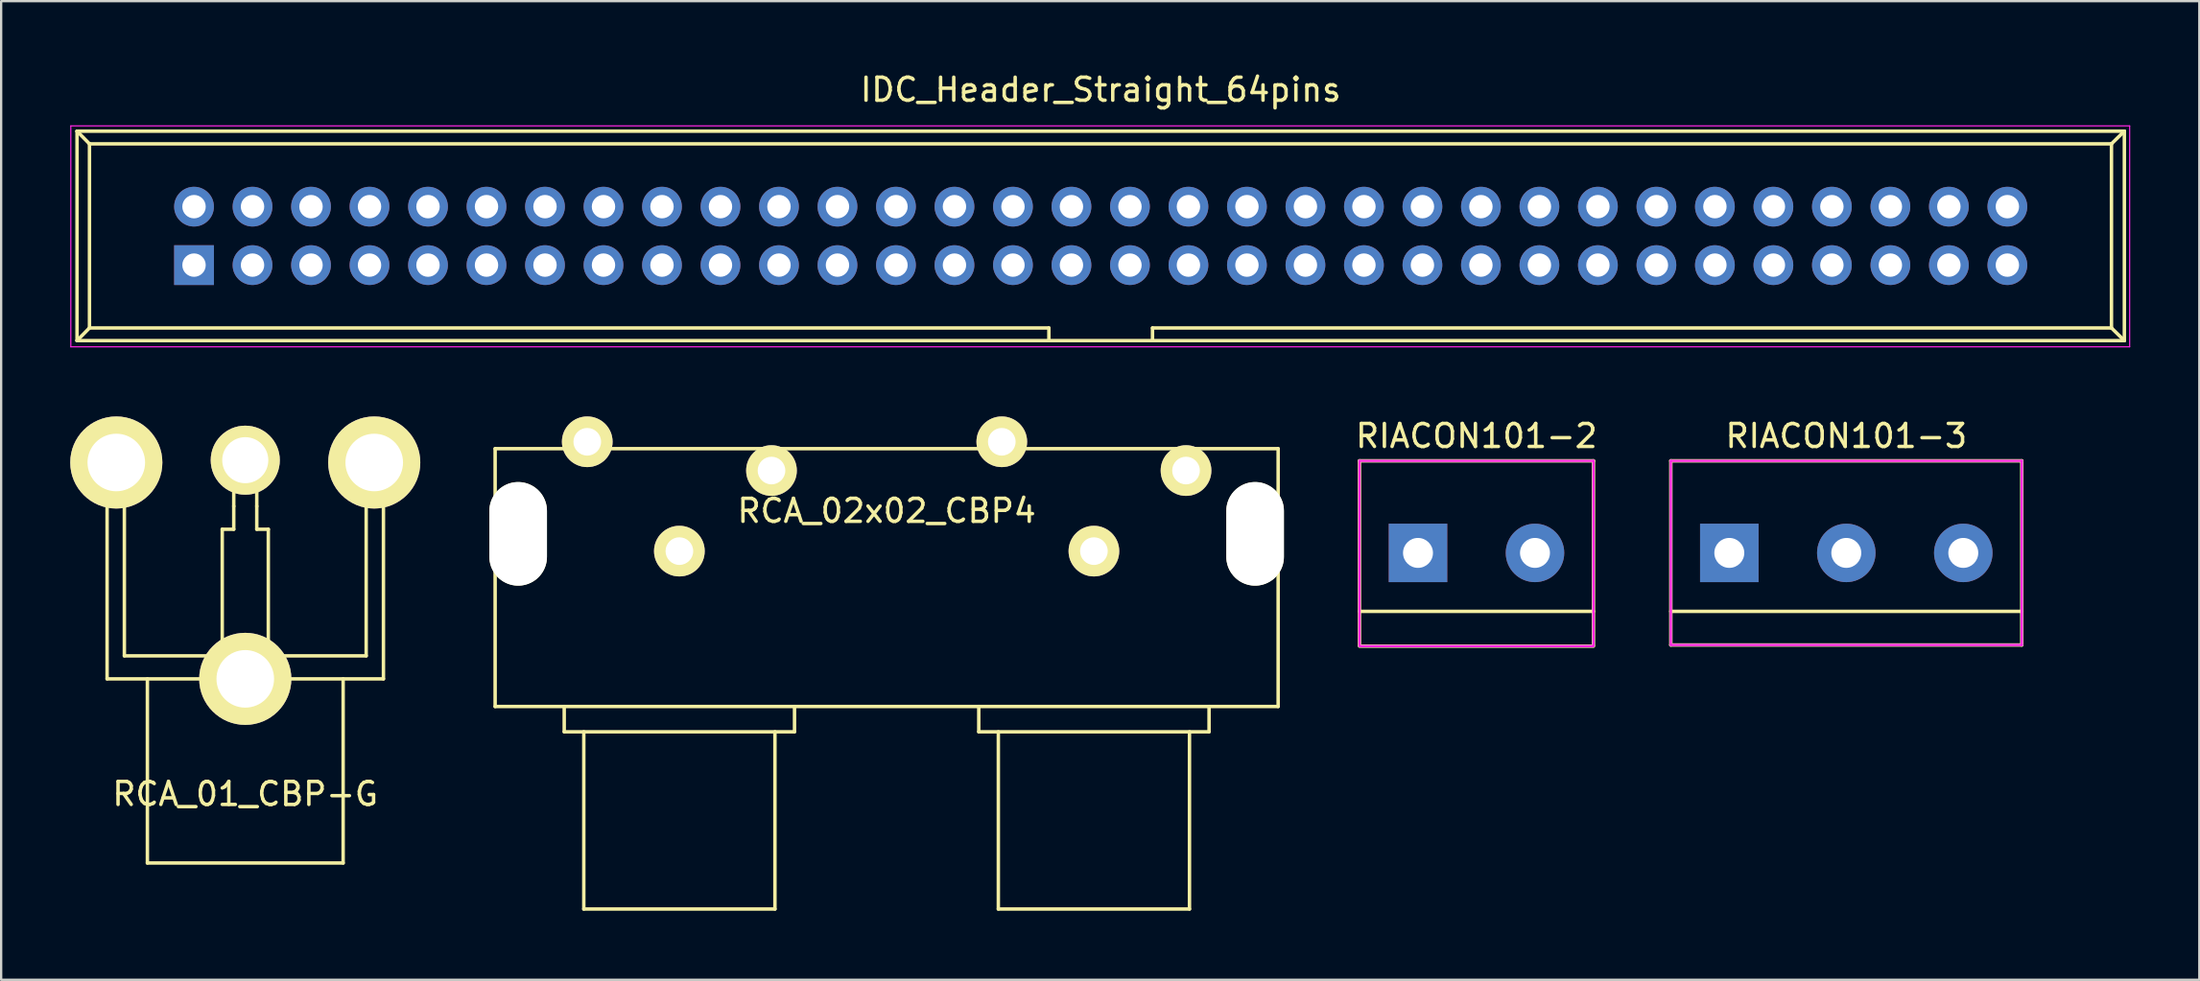
<source format=kicad_pcb>
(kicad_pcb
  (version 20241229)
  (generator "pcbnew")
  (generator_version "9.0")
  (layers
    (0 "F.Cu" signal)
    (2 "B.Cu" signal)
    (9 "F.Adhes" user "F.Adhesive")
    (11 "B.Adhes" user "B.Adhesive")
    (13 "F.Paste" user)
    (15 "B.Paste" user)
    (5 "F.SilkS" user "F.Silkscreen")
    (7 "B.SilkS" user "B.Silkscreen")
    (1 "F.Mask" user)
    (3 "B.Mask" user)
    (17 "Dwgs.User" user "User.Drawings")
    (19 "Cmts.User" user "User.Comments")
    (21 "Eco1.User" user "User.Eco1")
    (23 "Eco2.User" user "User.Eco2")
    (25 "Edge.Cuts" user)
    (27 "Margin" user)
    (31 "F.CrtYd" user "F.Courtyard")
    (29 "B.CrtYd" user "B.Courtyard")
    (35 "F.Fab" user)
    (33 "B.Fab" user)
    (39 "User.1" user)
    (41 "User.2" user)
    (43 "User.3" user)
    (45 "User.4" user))
  (footprint "RIACON101-2"
    (layer "F.Cu")
    (at 61.063 20.971)
    (property "Reference" "RIACON101-2" (at 0 -5.08 0) (layer "F.SilkS") (effects (font (size 1 1) (thickness 0.15))))
    (attr through_hole)
    (fp_line (start -5.08 -4) (end -5.08 4) (stroke (width 0.15) (type solid)) (layer "F.SilkS"))
    (fp_line (start -5.08 4.05) (end 5.08 4.05) (stroke (width 0.15) (type solid)) (layer "F.SilkS"))
    (fp_line (start 5.08 -4) (end -5.08 -4) (stroke (width 0.15) (type solid)) (layer "F.SilkS"))
    (fp_line (start 5.08 2.54) (end -5.08 2.54) (stroke (width 0.15) (type solid)) (layer "F.SilkS"))
    (fp_line (start 5.08 4) (end 5.08 -4) (stroke (width 0.15) (type solid)) (layer "F.SilkS"))
    (fp_line (start -5.08 -4) (end 5.08 -4) (stroke (width 0.1) (type solid)) (layer "F.CrtYd"))
    (fp_line (start -5.08 4) (end -5.08 -4) (stroke (width 0.1) (type solid)) (layer "F.CrtYd"))
    (fp_line (start -5.08 4.05) (end 5.08 4.05) (stroke (width 0.1) (type solid)) (layer "F.CrtYd"))
    (fp_line (start 5.08 4) (end 5.08 -4) (stroke (width 0.1) (type solid)) (layer "F.CrtYd"))
    (pad "1" thru_hole rect (at -2.54 0) (size 2.54 2.54) (drill 1.3) (layers "*.Cu" "*.Mask"))
    (pad "2" thru_hole circle (at 2.54 0) (size 2.54 2.54) (drill 1.3) (layers "*.Cu" "*.Mask")))
  (footprint "IDC_Header_Straight_64pins"
    (layer "F.Cu")
    (at 5.375 8.468)
    (property "Reference" "IDC_Header_Straight_64pins" (at 39.37 -7.62 0) (layer "F.SilkS") (effects (font (size 1 1) (thickness 0.15))))
    (attr through_hole)
    (fp_line (start -5.08 -5.82) (end -5.08 3.28) (stroke (width 0.15) (type solid)) (layer "F.SilkS"))
    (fp_line (start -5.08 -5.82) (end -4.54 -5.27) (stroke (width 0.15) (type solid)) (layer "F.SilkS"))
    (fp_line (start -5.08 -5.82) (end 83.82 -5.82) (stroke (width 0.15) (type solid)) (layer "F.SilkS"))
    (fp_line (start -5.08 3.28) (end -4.54 2.73) (stroke (width 0.15) (type solid)) (layer "F.SilkS"))
    (fp_line (start -5.08 3.28) (end 83.82 3.28) (stroke (width 0.15) (type solid)) (layer "F.SilkS"))
    (fp_line (start -4.54 -5.27) (end -4.54 2.73) (stroke (width 0.15) (type solid)) (layer "F.SilkS"))
    (fp_line (start -4.54 -5.27) (end 83.26 -5.27) (stroke (width 0.15) (type solid)) (layer "F.SilkS"))
    (fp_line (start -4.54 2.73) (end 37.12 2.73) (stroke (width 0.15) (type solid)) (layer "F.SilkS"))
    (fp_line (start 37.12 2.73) (end 37.12 3.28) (stroke (width 0.15) (type solid)) (layer "F.SilkS"))
    (fp_line (start 41.62 2.73) (end 41.62 3.28) (stroke (width 0.15) (type solid)) (layer "F.SilkS"))
    (fp_line (start 41.62 2.73) (end 83.26 2.73) (stroke (width 0.15) (type solid)) (layer "F.SilkS"))
    (fp_line (start 83.26 -5.27) (end 83.26 2.73) (stroke (width 0.15) (type solid)) (layer "F.SilkS"))
    (fp_line (start 83.82 -5.82) (end 83.26 -5.27) (stroke (width 0.15) (type solid)) (layer "F.SilkS"))
    (fp_line (start 83.82 -5.82) (end 83.82 3.28) (stroke (width 0.15) (type solid)) (layer "F.SilkS"))
    (fp_line (start 83.82 3.28) (end 83.26 2.73) (stroke (width 0.15) (type solid)) (layer "F.SilkS"))
    (fp_line (start -5.35 -6.05) (end 84.05 -6.05) (stroke (width 0.05) (type solid)) (layer "F.CrtYd"))
    (fp_line (start -5.35 3.55) (end -5.35 -6.05) (stroke (width 0.05) (type solid)) (layer "F.CrtYd"))
    (fp_line (start 84.05 -6.05) (end 84.05 3.55) (stroke (width 0.05) (type solid)) (layer "F.CrtYd"))
    (fp_line (start 84.05 3.55) (end -5.35 3.55) (stroke (width 0.05) (type solid)) (layer "F.CrtYd"))
    (pad "1" thru_hole rect (at 0 0) (size 1.727 1.727) (drill 1.016) (layers "*.Cu" "*.Mask"))
    (pad "2" thru_hole oval (at 0 -2.54) (size 1.727 1.727) (drill 1.016) (layers "*.Cu" "*.Mask"))
    (pad "3" thru_hole oval (at 2.54 0) (size 1.727 1.727) (drill 1.016) (layers "*.Cu" "*.Mask"))
    (pad "4" thru_hole oval (at 2.54 -2.54) (size 1.727 1.727) (drill 1.016) (layers "*.Cu" "*.Mask"))
    (pad "5" thru_hole oval (at 5.08 0) (size 1.727 1.727) (drill 1.016) (layers "*.Cu" "*.Mask"))
    (pad "6" thru_hole oval (at 5.08 -2.54) (size 1.727 1.727) (drill 1.016) (layers "*.Cu" "*.Mask"))
    (pad "7" thru_hole oval (at 7.62 0) (size 1.727 1.727) (drill 1.016) (layers "*.Cu" "*.Mask"))
    (pad "8" thru_hole oval (at 7.62 -2.54) (size 1.727 1.727) (drill 1.016) (layers "*.Cu" "*.Mask"))
    (pad "9" thru_hole oval (at 10.16 0) (size 1.727 1.727) (drill 1.016) (layers "*.Cu" "*.Mask"))
    (pad "10" thru_hole oval (at 10.16 -2.54) (size 1.727 1.727) (drill 1.016) (layers "*.Cu" "*.Mask"))
    (pad "11" thru_hole oval (at 12.7 0) (size 1.727 1.727) (drill 1.016) (layers "*.Cu" "*.Mask"))
    (pad "12" thru_hole oval (at 12.7 -2.54) (size 1.727 1.727) (drill 1.016) (layers "*.Cu" "*.Mask"))
    (pad "13" thru_hole oval (at 15.24 0) (size 1.727 1.727) (drill 1.016) (layers "*.Cu" "*.Mask"))
    (pad "14" thru_hole oval (at 15.24 -2.54) (size 1.727 1.727) (drill 1.016) (layers "*.Cu" "*.Mask"))
    (pad "15" thru_hole oval (at 17.78 0) (size 1.727 1.727) (drill 1.016) (layers "*.Cu" "*.Mask"))
    (pad "16" thru_hole oval (at 17.78 -2.54) (size 1.727 1.727) (drill 1.016) (layers "*.Cu" "*.Mask"))
    (pad "17" thru_hole oval (at 20.32 0) (size 1.727 1.727) (drill 1.016) (layers "*.Cu" "*.Mask"))
    (pad "18" thru_hole oval (at 20.32 -2.54) (size 1.727 1.727) (drill 1.016) (layers "*.Cu" "*.Mask"))
    (pad "19" thru_hole oval (at 22.86 0) (size 1.727 1.727) (drill 1.016) (layers "*.Cu" "*.Mask"))
    (pad "20" thru_hole oval (at 22.86 -2.54) (size 1.727 1.727) (drill 1.016) (layers "*.Cu" "*.Mask"))
    (pad "21" thru_hole oval (at 25.4 0) (size 1.727 1.727) (drill 1.016) (layers "*.Cu" "*.Mask"))
    (pad "22" thru_hole oval (at 25.4 -2.54) (size 1.727 1.727) (drill 1.016) (layers "*.Cu" "*.Mask"))
    (pad "23" thru_hole oval (at 27.94 0) (size 1.727 1.727) (drill 1.016) (layers "*.Cu" "*.Mask"))
    (pad "24" thru_hole oval (at 27.94 -2.54) (size 1.727 1.727) (drill 1.016) (layers "*.Cu" "*.Mask"))
    (pad "25" thru_hole oval (at 30.48 0) (size 1.727 1.727) (drill 1.016) (layers "*.Cu" "*.Mask"))
    (pad "26" thru_hole oval (at 30.48 -2.54) (size 1.727 1.727) (drill 1.016) (layers "*.Cu" "*.Mask"))
    (pad "27" thru_hole oval (at 33.02 0) (size 1.727 1.727) (drill 1.016) (layers "*.Cu" "*.Mask"))
    (pad "28" thru_hole oval (at 33.02 -2.54) (size 1.727 1.727) (drill 1.016) (layers "*.Cu" "*.Mask"))
    (pad "29" thru_hole oval (at 35.56 0) (size 1.727 1.727) (drill 1.016) (layers "*.Cu" "*.Mask"))
    (pad "30" thru_hole oval (at 35.56 -2.54) (size 1.727 1.727) (drill 1.016) (layers "*.Cu" "*.Mask"))
    (pad "31" thru_hole oval (at 38.1 0) (size 1.727 1.727) (drill 1.016) (layers "*.Cu" "*.Mask"))
    (pad "32" thru_hole oval (at 38.1 -2.54) (size 1.727 1.727) (drill 1.016) (layers "*.Cu" "*.Mask"))
    (pad "33" thru_hole oval (at 40.64 0) (size 1.727 1.727) (drill 1.016) (layers "*.Cu" "*.Mask"))
    (pad "34" thru_hole oval (at 40.64 -2.54) (size 1.727 1.727) (drill 1.016) (layers "*.Cu" "*.Mask"))
    (pad "35" thru_hole oval (at 43.18 0) (size 1.727 1.727) (drill 1.016) (layers "*.Cu" "*.Mask"))
    (pad "36" thru_hole oval (at 43.18 -2.54) (size 1.727 1.727) (drill 1.016) (layers "*.Cu" "*.Mask"))
    (pad "37" thru_hole oval (at 45.72 0) (size 1.727 1.727) (drill 1.016) (layers "*.Cu" "*.Mask"))
    (pad "38" thru_hole oval (at 45.72 -2.54) (size 1.727 1.727) (drill 1.016) (layers "*.Cu" "*.Mask"))
    (pad "39" thru_hole oval (at 48.26 0) (size 1.727 1.727) (drill 1.016) (layers "*.Cu" "*.Mask"))
    (pad "40" thru_hole oval (at 48.26 -2.54) (size 1.727 1.727) (drill 1.016) (layers "*.Cu" "*.Mask"))
    (pad "41" thru_hole oval (at 50.8 0) (size 1.727 1.727) (drill 1.016) (layers "*.Cu" "*.Mask"))
    (pad "42" thru_hole oval (at 50.8 -2.54) (size 1.727 1.727) (drill 1.016) (layers "*.Cu" "*.Mask"))
    (pad "43" thru_hole oval (at 53.34 0) (size 1.727 1.727) (drill 1.016) (layers "*.Cu" "*.Mask"))
    (pad "44" thru_hole oval (at 53.34 -2.54) (size 1.727 1.727) (drill 1.016) (layers "*.Cu" "*.Mask"))
    (pad "45" thru_hole oval (at 55.88 0) (size 1.727 1.727) (drill 1.016) (layers "*.Cu" "*.Mask"))
    (pad "46" thru_hole oval (at 55.88 -2.54) (size 1.727 1.727) (drill 1.016) (layers "*.Cu" "*.Mask"))
    (pad "47" thru_hole oval (at 58.42 0) (size 1.727 1.727) (drill 1.016) (layers "*.Cu" "*.Mask"))
    (pad "48" thru_hole oval (at 58.42 -2.54) (size 1.727 1.727) (drill 1.016) (layers "*.Cu" "*.Mask"))
    (pad "49" thru_hole oval (at 60.96 0) (size 1.727 1.727) (drill 1.016) (layers "*.Cu" "*.Mask"))
    (pad "50" thru_hole oval (at 60.96 -2.54) (size 1.727 1.727) (drill 1.016) (layers "*.Cu" "*.Mask"))
    (pad "51" thru_hole oval (at 63.5 0) (size 1.727 1.727) (drill 1.016) (layers "*.Cu" "*.Mask"))
    (pad "52" thru_hole oval (at 63.5 -2.54) (size 1.727 1.727) (drill 1.016) (layers "*.Cu" "*.Mask"))
    (pad "53" thru_hole oval (at 66.04 0) (size 1.727 1.727) (drill 1.016) (layers "*.Cu" "*.Mask"))
    (pad "54" thru_hole oval (at 66.04 -2.54) (size 1.727 1.727) (drill 1.016) (layers "*.Cu" "*.Mask"))
    (pad "55" thru_hole oval (at 68.58 0) (size 1.727 1.727) (drill 1.016) (layers "*.Cu" "*.Mask"))
    (pad "56" thru_hole oval (at 68.58 -2.54) (size 1.727 1.727) (drill 1.016) (layers "*.Cu" "*.Mask"))
    (pad "57" thru_hole oval (at 71.12 0) (size 1.727 1.727) (drill 1.016) (layers "*.Cu" "*.Mask"))
    (pad "58" thru_hole oval (at 71.12 -2.54) (size 1.727 1.727) (drill 1.016) (layers "*.Cu" "*.Mask"))
    (pad "59" thru_hole oval (at 73.66 0) (size 1.727 1.727) (drill 1.016) (layers "*.Cu" "*.Mask"))
    (pad "60" thru_hole oval (at 73.66 -2.54) (size 1.727 1.727) (drill 1.016) (layers "*.Cu" "*.Mask"))
    (pad "61" thru_hole oval (at 76.2 0) (size 1.727 1.727) (drill 1.016) (layers "*.Cu" "*.Mask"))
    (pad "62" thru_hole oval (at 76.2 -2.54) (size 1.727 1.727) (drill 1.016) (layers "*.Cu" "*.Mask"))
    (pad "63" thru_hole oval (at 78.74 0) (size 1.727 1.727) (drill 1.016) (layers "*.Cu" "*.Mask"))
    (pad "64" thru_hole oval (at 78.74 -2.54) (size 1.727 1.727) (drill 1.016) (layers "*.Cu" "*.Mask")))
  (footprint "RCA_01_CBP-G"
    (layer "F.Cu")
    (at 7.6 26.443)
    (property "Reference" "RCA_01_CBP-G" (at 0 5 0) (layer "F.SilkS") (effects (font (size 1 1) (thickness 0.15))))
    (attr through_hole)
    (fp_line (start -6 -11) (end -5.25 -11) (stroke (width 0.15) (type solid)) (layer "F.SilkS"))
    (fp_line (start -6 0) (end -6 -11) (stroke (width 0.15) (type solid)) (layer "F.SilkS"))
    (fp_line (start -6 0) (end 6 0) (stroke (width 0.15) (type solid)) (layer "F.SilkS"))
    (fp_line (start -5.25 -11) (end -5.25 -1) (stroke (width 0.15) (type solid)) (layer "F.SilkS"))
    (fp_line (start -5.25 -1) (end 5.25 -1) (stroke (width 0.15) (type solid)) (layer "F.SilkS"))
    (fp_line (start -4.25 8) (end -4.25 0) (stroke (width 0.15) (type solid)) (layer "F.SilkS"))
    (fp_line (start -1 -6.5) (end -1 -1) (stroke (width 0.15) (type solid)) (layer "F.SilkS"))
    (fp_line (start -0.5 -9.5) (end -0.5 -7.5) (stroke (width 0.15) (type solid)) (layer "F.SilkS"))
    (fp_line (start -0.5 -9.5) (end 0.5 -9.5) (stroke (width 0.15) (type solid)) (layer "F.SilkS"))
    (fp_line (start -0.5 -7.5) (end -0.5 -6.5) (stroke (width 0.15) (type solid)) (layer "F.SilkS"))
    (fp_line (start -0.5 -6.5) (end -1 -6.5) (stroke (width 0.15) (type solid)) (layer "F.SilkS"))
    (fp_line (start 0.5 -9.5) (end 0.5 -7.5) (stroke (width 0.15) (type solid)) (layer "F.SilkS"))
    (fp_line (start 0.5 -7.5) (end 0.5 -6.5) (stroke (width 0.15) (type solid)) (layer "F.SilkS"))
    (fp_line (start 0.5 -6.5) (end 1 -6.5) (stroke (width 0.15) (type solid)) (layer "F.SilkS"))
    (fp_line (start 1 -6.5) (end 1 -1) (stroke (width 0.15) (type solid)) (layer "F.SilkS"))
    (fp_line (start 4.25 0) (end 4.25 8) (stroke (width 0.15) (type solid)) (layer "F.SilkS"))
    (fp_line (start 4.25 8) (end -4.25 8) (stroke (width 0.15) (type solid)) (layer "F.SilkS"))
    (fp_line (start 5.25 -11) (end 6 -11) (stroke (width 0.15) (type solid)) (layer "F.SilkS"))
    (fp_line (start 5.25 -1) (end 5.25 -11) (stroke (width 0.15) (type solid)) (layer "F.SilkS"))
    (fp_line (start 6 0) (end 6 -11) (stroke (width 0.15) (type solid)) (layer "F.SilkS"))
    (pad "1" thru_hole circle (at 0 -9.5) (size 3 3) (drill 2) (layers "*.Cu" "*.Mask" "F.SilkS"))
    (pad "2" thru_hole circle (at -5.6 -9.4) (size 4 4) (drill 2.5) (layers "*.Cu" "*.Mask" "F.SilkS"))
    (pad "2" thru_hole circle (at 0 0) (size 4 4) (drill 2.5) (layers "*.Cu" "*.Mask" "F.SilkS"))
    (pad "2" thru_hole circle (at 5.6 -9.4) (size 4 4) (drill 2.5) (layers "*.Cu" "*.Mask" "F.SilkS")))
  (footprint "RIACON101-3"
    (layer "F.Cu")
    (at 77.121 20.971)
    (property "Reference" "RIACON101-3" (at 0 -5.08 0) (layer "F.SilkS") (effects (font (size 1 1) (thickness 0.15))))
    (attr through_hole)
    (fp_line (start -7.62 -4) (end 7.62 -4) (stroke (width 0.15) (type solid)) (layer "F.SilkS"))
    (fp_line (start -7.62 2.54) (end 7.62 2.54) (stroke (width 0.15) (type solid)) (layer "F.SilkS"))
    (fp_line (start -7.62 4) (end -7.62 -4) (stroke (width 0.15) (type solid)) (layer "F.SilkS"))
    (fp_line (start -7.62 4) (end 7.62 4) (stroke (width 0.15) (type solid)) (layer "F.SilkS"))
    (fp_line (start 7.62 4) (end 7.62 -4) (stroke (width 0.15) (type solid)) (layer "F.SilkS"))
    (fp_line (start -7.62 -4) (end -7.62 4) (stroke (width 0.1) (type solid)) (layer "F.CrtYd"))
    (fp_line (start -7.62 -4) (end 7.62 -4) (stroke (width 0.1) (type solid)) (layer "F.CrtYd"))
    (fp_line (start -7.62 4) (end 7.62 4) (stroke (width 0.1) (type solid)) (layer "F.CrtYd"))
    (fp_line (start 7.62 -4) (end 7.62 4) (stroke (width 0.1) (type solid)) (layer "F.CrtYd"))
    (pad "1" thru_hole rect (at -5.08 0) (size 2.54 2.54) (drill 1.3) (layers "*.Cu" "*.Mask"))
    (pad "2" thru_hole circle (at 0 0) (size 2.54 2.54) (drill 1.3) (layers "*.Cu" "*.Mask"))
    (pad "3" thru_hole circle (at 5.08 0) (size 2.54 2.54) (drill 1.3) (layers "*.Cu" "*.Mask")))
  (footprint "RCA_02x02_CBP4"
    (layer "F.Cu")
    (at 35.45 27.643)
    (property "Reference" "RCA_02x02_CBP4" (at 0 -8.5 0) (layer "F.SilkS") (effects (font (size 1 1) (thickness 0.15))))
    (attr through_hole)
    (fp_line (start -17 -11.2) (end 17 -11.2) (stroke (width 0.15) (type solid)) (layer "F.SilkS"))
    (fp_line (start -17 0) (end -17 -11.2) (stroke (width 0.15) (type solid)) (layer "F.SilkS"))
    (fp_line (start -17 0) (end 17 0) (stroke (width 0.15) (type solid)) (layer "F.SilkS"))
    (fp_line (start -14 0) (end -14 1.1) (stroke (width 0.15) (type solid)) (layer "F.SilkS"))
    (fp_line (start -14 1.1) (end -4 1.1) (stroke (width 0.15) (type solid)) (layer "F.SilkS"))
    (fp_line (start -13.15 8.8) (end -13.15 1.1) (stroke (width 0.15) (type solid)) (layer "F.SilkS"))
    (fp_line (start -13.15 8.8) (end -4.85 8.8) (stroke (width 0.15) (type solid)) (layer "F.SilkS"))
    (fp_line (start -4.85 8.8) (end -4.85 1.1) (stroke (width 0.15) (type solid)) (layer "F.SilkS"))
    (fp_line (start -4 1.1) (end -4 0) (stroke (width 0.15) (type solid)) (layer "F.SilkS"))
    (fp_line (start 4 0) (end 4 1.1) (stroke (width 0.15) (type solid)) (layer "F.SilkS"))
    (fp_line (start 4 1.1) (end 14 1.1) (stroke (width 0.15) (type solid)) (layer "F.SilkS"))
    (fp_line (start 4.85 1.1) (end 4.85 8.8) (stroke (width 0.15) (type solid)) (layer "F.SilkS"))
    (fp_line (start 4.85 8.8) (end 13.15 8.8) (stroke (width 0.15) (type solid)) (layer "F.SilkS"))
    (fp_line (start 13.15 8.8) (end 13.15 1.1) (stroke (width 0.15) (type solid)) (layer "F.SilkS"))
    (fp_line (start 14 1.1) (end 14 0) (stroke (width 0.15) (type solid)) (layer "F.SilkS"))
    (fp_line (start 17 0) (end 17 -11.2) (stroke (width 0.15) (type solid)) (layer "F.SilkS"))
    (pad "" np_thru_hole oval (at -16 -7.5) (size 2.5 4.5) (drill oval 2.5 4.5) (layers "*.Cu" "*.Mask" "F.SilkS"))
    (pad "" np_thru_hole oval (at 16 -7.5) (size 2.5 4.5) (drill oval 2.5 4.5) (layers "*.Cu" "*.Mask" "F.SilkS"))
    (pad "1" thru_hole circle (at -13 -11.5) (size 2.2 2.2) (drill 1.2) (layers "*.Cu" "*.Mask" "F.SilkS"))
    (pad "2" thru_hole circle (at -9 -6.75) (size 2.2 2.2) (drill 1.2) (layers "*.Cu" "*.Mask" "F.SilkS"))
    (pad "3" thru_hole circle (at -5 -10.25) (size 2.2 2.2) (drill 1.2) (layers "*.Cu" "*.Mask" "F.SilkS"))
    (pad "4" thru_hole circle (at 5 -11.5) (size 2.2 2.2) (drill 1.2) (layers "*.Cu" "*.Mask" "F.SilkS"))
    (pad "5" thru_hole circle (at 9 -6.75) (size 2.2 2.2) (drill 1.2) (layers "*.Cu" "*.Mask" "F.SilkS"))
    (pad "6" thru_hole circle (at 13 -10.25) (size 2.2 2.2) (drill 1.2) (layers "*.Cu" "*.Mask" "F.SilkS")))
  (gr_rect
    (start -3 -3)
    (end 92.45 39.518)
    (stroke (width 0.1) (type default))
    (fill no)
    (layer "Edge.Cuts")))
</source>
